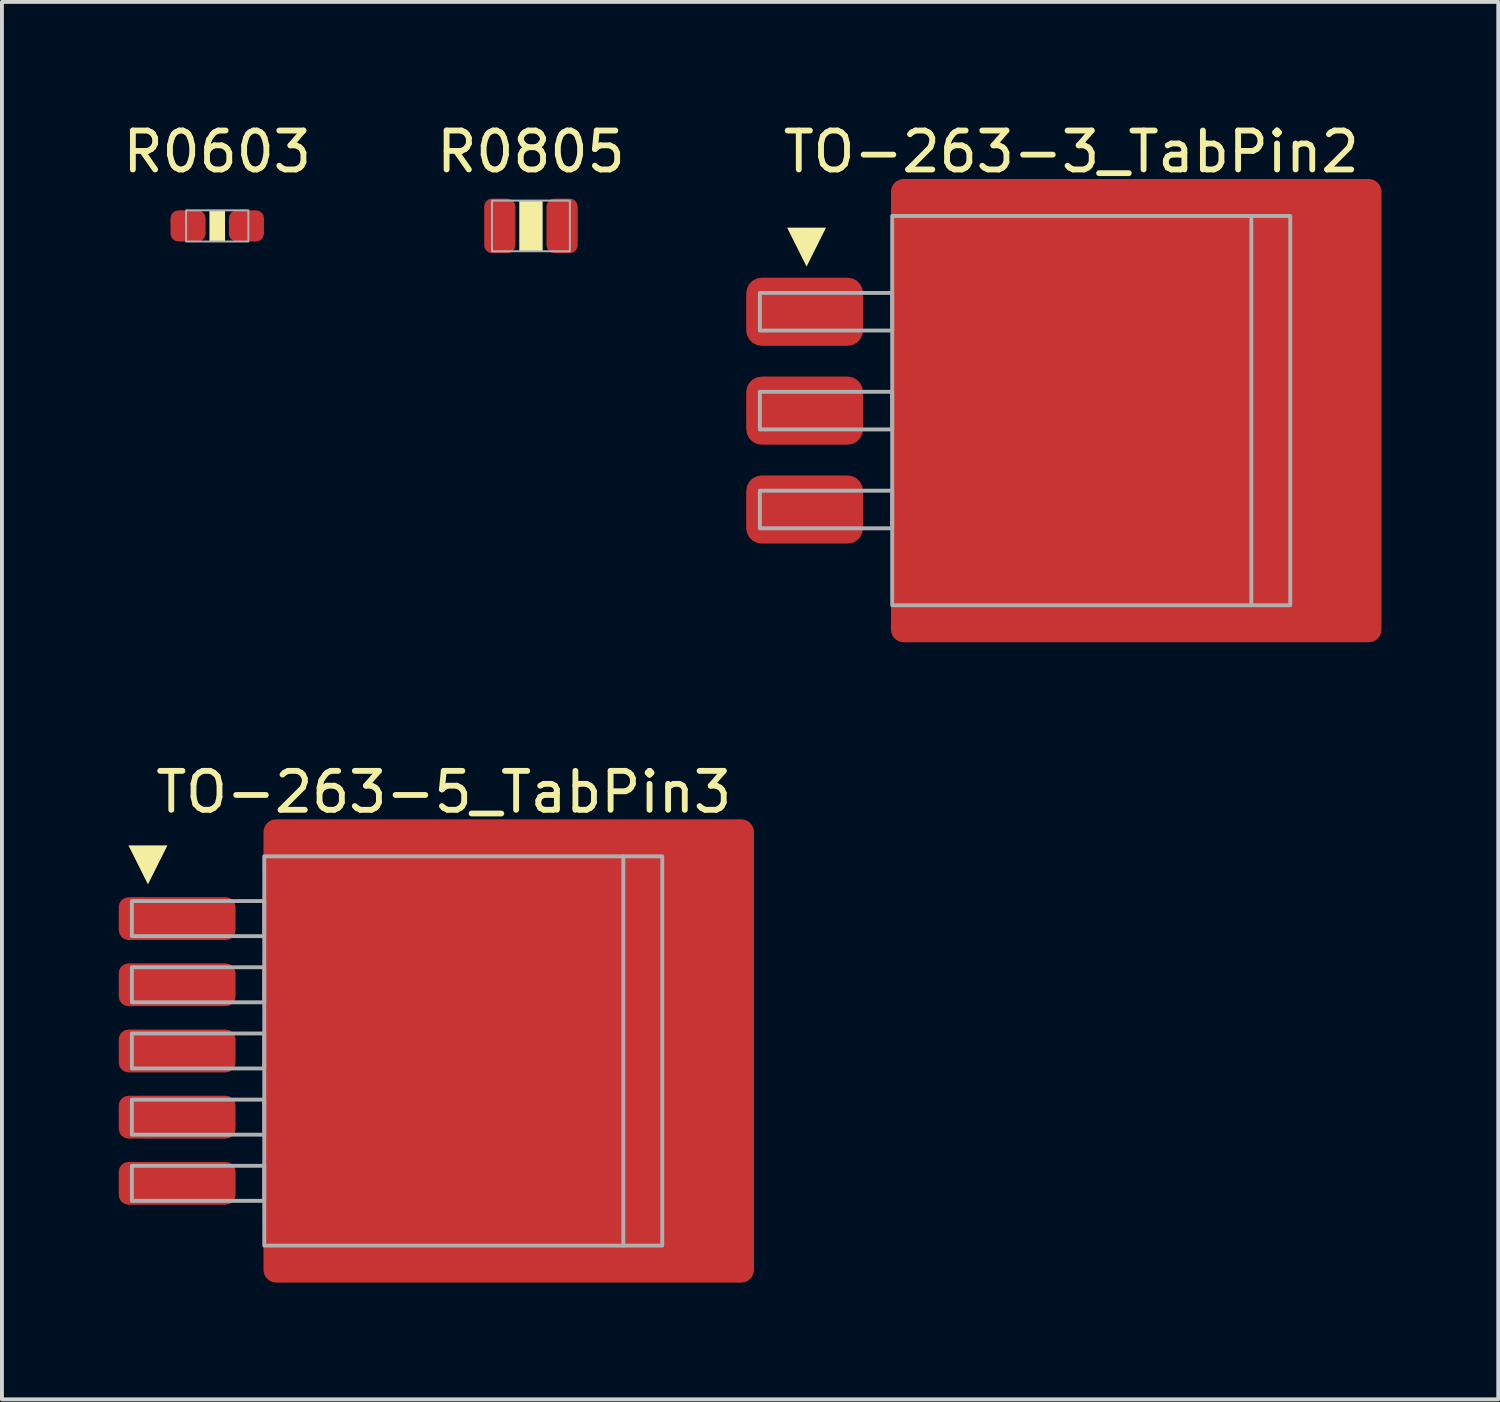
<source format=kicad_pcb>
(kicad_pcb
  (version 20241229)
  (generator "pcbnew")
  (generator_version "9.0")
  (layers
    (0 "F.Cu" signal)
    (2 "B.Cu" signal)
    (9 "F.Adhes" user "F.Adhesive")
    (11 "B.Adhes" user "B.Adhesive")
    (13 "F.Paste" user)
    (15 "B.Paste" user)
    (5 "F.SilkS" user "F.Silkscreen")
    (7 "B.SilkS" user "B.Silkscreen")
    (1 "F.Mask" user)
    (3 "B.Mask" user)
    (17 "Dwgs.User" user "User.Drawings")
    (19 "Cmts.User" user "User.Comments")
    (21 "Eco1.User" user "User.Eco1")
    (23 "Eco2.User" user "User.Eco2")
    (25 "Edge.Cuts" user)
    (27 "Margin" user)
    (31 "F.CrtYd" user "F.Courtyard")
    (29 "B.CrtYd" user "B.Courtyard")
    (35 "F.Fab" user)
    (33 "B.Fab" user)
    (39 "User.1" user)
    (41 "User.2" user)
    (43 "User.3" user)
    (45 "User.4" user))
  (footprint "TO-263-5_TabPin3"
    (layer "F.Cu")
    (at 8.35 23.947)
    (property "Reference" "TO-263-5_TabPin3" (at 0 -6.65 0) (layer "F.SilkS") (effects (font (size 1 1) (thickness 0.15))))
    (attr smd)
    (fp_poly (pts (xy -8.1 -5.28) (xy -7.1 -5.28) (xy -7.6 -4.28)) (stroke (width 0) (type solid)) (fill yes) (layer "F.SilkS"))
    (fp_line (start 4.612 -5) (end 4.612 5) (stroke (width 0.1) (type solid)) (layer "F.Fab"))
    (fp_rect (start -8.012 -3.85) (end -4.612 -2.95) (stroke (width 0.1) (type solid)) (fill no) (layer "F.Fab"))
    (fp_rect (start -8.012 -2.15) (end -4.612 -1.25) (stroke (width 0.1) (type solid)) (fill no) (layer "F.Fab"))
    (fp_rect (start -8.012 -0.45) (end -4.612 0.45) (stroke (width 0.1) (type solid)) (fill no) (layer "F.Fab"))
    (fp_rect (start -8.012 1.25) (end -4.612 2.15) (stroke (width 0.1) (type solid)) (fill no) (layer "F.Fab"))
    (fp_rect (start -8.012 2.95) (end -4.612 3.85) (stroke (width 0.1) (type solid)) (fill no) (layer "F.Fab"))
    (fp_rect (start -4.612 -5) (end 5.612 5) (stroke (width 0.1) (type default)) (fill no) (layer "F.Fab"))
    (pad "1" smd roundrect (at -6.85 -3.4 90) (size 1.1 3) (layers "F.Cu" "F.Mask" "F.Paste") (roundrect_rratio 0.227))
    (pad "2" smd roundrect (at -6.85 -1.7 90) (size 1.1 3) (layers "F.Cu" "F.Mask" "F.Paste") (roundrect_rratio 0.227))
    (pad "3" smd roundrect (at -6.85 0 90) (size 1.1 3) (layers "F.Cu" "F.Mask" "F.Paste") (roundrect_rratio 0.227))
    (pad "3" smd roundrect (at -0.175 -2.775) (size 4.55 5.25) (layers "F.Cu" "F.Paste") (roundrect_rratio 0.055))
    (pad "3" smd roundrect (at -0.175 2.775) (size 4.55 5.25) (layers "F.Cu" "F.Paste") (roundrect_rratio 0.055))
    (pad "3" smd roundrect (at 1.668 0) (size 12.6 11.9) (layers "F.Cu" "F.Mask") (roundrect_rratio 0.027))
    (pad "3" smd roundrect (at 4.675 -2.775) (size 4.55 5.25) (layers "F.Cu" "F.Paste") (roundrect_rratio 0.055))
    (pad "3" smd roundrect (at 4.675 2.775) (size 4.55 5.25) (layers "F.Cu" "F.Paste") (roundrect_rratio 0.055))
    (pad "4" smd roundrect (at -6.85 1.7 90) (size 1.1 3) (layers "F.Cu" "F.Mask" "F.Paste") (roundrect_rratio 0.227))
    (pad "5" smd roundrect (at -6.85 3.4 90) (size 1.1 3) (layers "F.Cu" "F.Mask" "F.Paste") (roundrect_rratio 0.227)))
  (footprint "TO-263-3_TabPin2"
    (layer "F.Cu")
    (at 24.469 7.498)
    (property "Reference" "TO-263-3_TabPin2" (at 0 -6.65 0) (layer "F.SilkS") (effects (font (size 1 1) (thickness 0.15))))
    (attr smd)
    (fp_poly (pts (xy -7.3 -4.7) (xy -6.3 -4.7) (xy -6.8 -3.7)) (stroke (width 0) (type solid)) (fill yes) (layer "F.SilkS"))
    (fp_line (start 4.625 -5) (end 4.625 5) (stroke (width 0.1) (type solid)) (layer "F.Fab"))
    (fp_rect (start -8 -3.023) (end -4.6 -2.057) (stroke (width 0.1) (type solid)) (fill no) (layer "F.Fab"))
    (fp_rect (start -8 -0.483) (end -4.6 0.483) (stroke (width 0.1) (type solid)) (fill no) (layer "F.Fab"))
    (fp_rect (start -8 2.057) (end -4.6 3.023) (stroke (width 0.1) (type solid)) (fill no) (layer "F.Fab"))
    (fp_rect (start -4.6 -5) (end 5.625 5) (stroke (width 0.1) (type default)) (fill no) (layer "F.Fab"))
    (pad "1" smd roundrect (at -6.85 -2.54) (size 3 1.75) (layers "F.Cu" "F.Mask" "F.Paste") (roundrect_rratio 0.227))
    (pad "2" smd roundrect (at -6.85 0) (size 3 1.75) (layers "F.Cu" "F.Mask" "F.Paste") (roundrect_rratio 0.227))
    (pad "2" smd roundrect (at -0.175 -2.775) (size 4.55 5.25) (layers "F.Cu" "F.Paste") (roundrect_rratio 0.055))
    (pad "2" smd roundrect (at -0.175 2.775) (size 4.55 5.25) (layers "F.Cu" "F.Paste") (roundrect_rratio 0.055))
    (pad "2" smd roundrect (at 1.668 0) (size 12.6 11.9) (layers "F.Cu" "F.Mask") (roundrect_rratio 0.027))
    (pad "2" smd roundrect (at 4.675 -2.775) (size 4.55 5.25) (layers "F.Cu" "F.Paste") (roundrect_rratio 0.055))
    (pad "2" smd roundrect (at 4.675 2.775) (size 4.55 5.25) (layers "F.Cu" "F.Paste") (roundrect_rratio 0.055))
    (pad "3" smd roundrect (at -6.85 2.54) (size 3 1.75) (layers "F.Cu" "F.Mask" "F.Paste") (roundrect_rratio 0.227)))
  (footprint "R0805"
    (layer "F.Cu")
    (at 10.589 2.753)
    (property "Reference" "R0805" (at 0 -1.905 0) (unlocked yes) (layer "F.SilkS") (effects (font (size 1 1) (thickness 0.15))))
    (attr smd)
    (fp_rect (start -0.3 -0.65) (end 0.3 0.65) (stroke (width 0) (type solid)) (fill yes) (layer "F.SilkS"))
    (fp_rect (start -1 -0.65) (end 1 0.65) (stroke (width 0.05) (type default)) (fill no) (layer "F.Fab"))
    (pad "1" smd roundrect (at -0.8 0) (size 0.8 1.4) (layers "F.Cu" "F.Mask" "F.Paste") (roundrect_rratio 0.25))
    (pad "2" smd roundrect (at 0.8 0) (size 0.8 1.4) (layers "F.Cu" "F.Mask" "F.Paste") (roundrect_rratio 0.25)))
  (footprint "R0603"
    (layer "F.Cu")
    (at 2.53 2.753)
    (property "Reference" "R0603" (at 0 -1.905 0) (unlocked yes) (layer "F.SilkS") (effects (font (size 1 1) (thickness 0.15))))
    (attr smd)
    (fp_rect (start -0.2 -0.4) (end 0.2 0.4) (stroke (width 0) (type solid)) (fill yes) (layer "F.SilkS"))
    (fp_rect (start -0.8 -0.4) (end 0.8 0.4) (stroke (width 0.05) (type default)) (fill no) (layer "F.Fab"))
    (pad "1" smd roundrect (at -0.75 0) (size 0.9 0.8) (layers "F.Cu" "F.Mask" "F.Paste") (roundrect_rratio 0.25))
    (pad "2" smd roundrect (at 0.75 0) (size 0.9 0.8) (layers "F.Cu" "F.Mask" "F.Paste") (roundrect_rratio 0.25)))
  (gr_rect
    (start -3 -3)
    (end 35.437 32.897)
    (stroke (width 0.1) (type default))
    (fill no)
    (layer "Edge.Cuts")))
</source>
